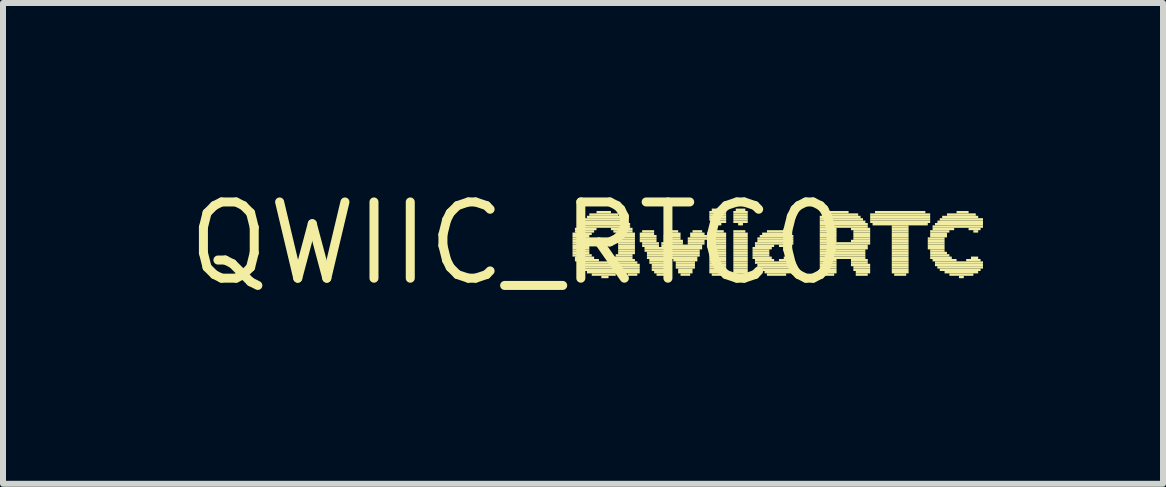
<source format=kicad_pcb>
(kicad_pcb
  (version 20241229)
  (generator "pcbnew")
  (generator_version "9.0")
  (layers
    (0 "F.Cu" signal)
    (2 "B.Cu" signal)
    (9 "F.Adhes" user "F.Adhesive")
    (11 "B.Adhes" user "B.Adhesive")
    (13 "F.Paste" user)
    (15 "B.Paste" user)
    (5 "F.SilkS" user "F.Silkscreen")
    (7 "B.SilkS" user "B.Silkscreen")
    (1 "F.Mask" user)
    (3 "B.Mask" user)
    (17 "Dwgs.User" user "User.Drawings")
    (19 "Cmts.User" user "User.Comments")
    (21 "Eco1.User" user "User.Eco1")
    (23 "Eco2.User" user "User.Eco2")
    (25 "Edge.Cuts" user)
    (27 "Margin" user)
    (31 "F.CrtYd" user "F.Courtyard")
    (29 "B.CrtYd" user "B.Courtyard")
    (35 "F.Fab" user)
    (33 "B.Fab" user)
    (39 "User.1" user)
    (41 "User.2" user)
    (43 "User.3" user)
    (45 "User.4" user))
  (footprint "QWIIC_RTC0"
    (layer "F.Cu")
    (at 5.571 1.006)
    (property "Reference" "QWIIC_RTC0" (at 0 0 0) (layer "F.SilkS") (effects (font (size 1.27 1.27) (thickness 0.15))))
    (fp_poly (pts (xy 0.92 -0.14) (xy 1.24 -0.14) (xy 1.24 -0.18) (xy 0.92 -0.18)) (stroke (width 0) (type default)) (fill yes) (layer "F.SilkS"))
    (fp_poly (pts (xy 0.92 -0.1) (xy 1.2 -0.1) (xy 1.2 -0.14) (xy 0.92 -0.14)) (stroke (width 0) (type default)) (fill yes) (layer "F.SilkS"))
    (fp_poly (pts (xy 0.92 -0.06) (xy 1.2 -0.06) (xy 1.2 -0.1) (xy 0.92 -0.1)) (stroke (width 0) (type default)) (fill yes) (layer "F.SilkS"))
    (fp_poly (pts (xy 0.92 -0.02) (xy 1.2 -0.02) (xy 1.2 -0.06) (xy 0.92 -0.06)) (stroke (width 0) (type default)) (fill yes) (layer "F.SilkS"))
    (fp_poly (pts (xy 0.92 0.02) (xy 1.2 0.02) (xy 1.2 -0.02) (xy 0.92 -0.02)) (stroke (width 0) (type default)) (fill yes) (layer "F.SilkS"))
    (fp_poly (pts (xy 0.92 0.06) (xy 1.2 0.06) (xy 1.2 0.02) (xy 0.92 0.02)) (stroke (width 0) (type default)) (fill yes) (layer "F.SilkS"))
    (fp_poly (pts (xy 0.92 0.1) (xy 1.2 0.1) (xy 1.2 0.06) (xy 0.92 0.06)) (stroke (width 0) (type default)) (fill yes) (layer "F.SilkS"))
    (fp_poly (pts (xy 0.92 0.14) (xy 1.2 0.14) (xy 1.2 0.1) (xy 0.92 0.1)) (stroke (width 0) (type default)) (fill yes) (layer "F.SilkS"))
    (fp_poly (pts (xy 0.92 0.18) (xy 1.2 0.18) (xy 1.2 0.14) (xy 0.92 0.14)) (stroke (width 0) (type default)) (fill yes) (layer "F.SilkS"))
    (fp_poly (pts (xy 0.92 0.22) (xy 1.24 0.22) (xy 1.24 0.18) (xy 0.92 0.18)) (stroke (width 0) (type default)) (fill yes) (layer "F.SilkS"))
    (fp_poly (pts (xy 0.96 -0.22) (xy 1.32 -0.22) (xy 1.32 -0.26) (xy 0.96 -0.26)) (stroke (width 0) (type default)) (fill yes) (layer "F.SilkS"))
    (fp_poly (pts (xy 0.96 -0.18) (xy 1.28 -0.18) (xy 1.28 -0.22) (xy 0.96 -0.22)) (stroke (width 0) (type default)) (fill yes) (layer "F.SilkS"))
    (fp_poly (pts (xy 0.96 0.26) (xy 1.28 0.26) (xy 1.28 0.22) (xy 0.96 0.22)) (stroke (width 0) (type default)) (fill yes) (layer "F.SilkS"))
    (fp_poly (pts (xy 0.96 0.3) (xy 1.36 0.3) (xy 1.36 0.26) (xy 0.96 0.26)) (stroke (width 0) (type default)) (fill yes) (layer "F.SilkS"))
    (fp_poly (pts (xy 1 -0.3) (xy 1.88 -0.3) (xy 1.88 -0.34) (xy 1 -0.34)) (stroke (width 0) (type default)) (fill yes) (layer "F.SilkS"))
    (fp_poly (pts (xy 1 -0.26) (xy 1.88 -0.26) (xy 1.88 -0.3) (xy 1 -0.3)) (stroke (width 0) (type default)) (fill yes) (layer "F.SilkS"))
    (fp_poly (pts (xy 1 0.34) (xy 2 0.34) (xy 2 0.3) (xy 1 0.3)) (stroke (width 0) (type default)) (fill yes) (layer "F.SilkS"))
    (fp_poly (pts (xy 1.04 -0.34) (xy 1.84 -0.34) (xy 1.84 -0.38) (xy 1.04 -0.38)) (stroke (width 0) (type default)) (fill yes) (layer "F.SilkS"))
    (fp_poly (pts (xy 1.04 0.38) (xy 2.04 0.38) (xy 2.04 0.34) (xy 1.04 0.34)) (stroke (width 0) (type default)) (fill yes) (layer "F.SilkS"))
    (fp_poly (pts (xy 1.08 -0.38) (xy 1.8 -0.38) (xy 1.8 -0.42) (xy 1.08 -0.42)) (stroke (width 0) (type default)) (fill yes) (layer "F.SilkS"))
    (fp_poly (pts (xy 1.08 0.42) (xy 2.04 0.42) (xy 2.04 0.38) (xy 1.08 0.38)) (stroke (width 0) (type default)) (fill yes) (layer "F.SilkS"))
    (fp_poly (pts (xy 1.12 0.46) (xy 2.04 0.46) (xy 2.04 0.42) (xy 1.12 0.42)) (stroke (width 0) (type default)) (fill yes) (layer "F.SilkS"))
    (fp_poly (pts (xy 1.16 -0.42) (xy 1.72 -0.42) (xy 1.72 -0.46) (xy 1.16 -0.46)) (stroke (width 0) (type default)) (fill yes) (layer "F.SilkS"))
    (fp_poly (pts (xy 1.16 0.5) (xy 1.72 0.5) (xy 1.72 0.46) (xy 1.16 0.46)) (stroke (width 0) (type default)) (fill yes) (layer "F.SilkS"))
    (fp_poly (pts (xy 1.2 -0.46) (xy 1.68 -0.46) (xy 1.68 -0.5) (xy 1.2 -0.5)) (stroke (width 0) (type default)) (fill yes) (layer "F.SilkS"))
    (fp_poly (pts (xy 1.24 0.54) (xy 1.64 0.54) (xy 1.64 0.5) (xy 1.24 0.5)) (stroke (width 0) (type default)) (fill yes) (layer "F.SilkS"))
    (fp_poly (pts (xy 1.32 -0.5) (xy 1.56 -0.5) (xy 1.56 -0.54) (xy 1.32 -0.54)) (stroke (width 0) (type default)) (fill yes) (layer "F.SilkS"))
    (fp_poly (pts (xy 1.4 0.58) (xy 1.52 0.58) (xy 1.52 0.54) (xy 1.4 0.54)) (stroke (width 0) (type default)) (fill yes) (layer "F.SilkS"))
    (fp_poly (pts (xy 1.52 0.3) (xy 1.96 0.3) (xy 1.96 0.26) (xy 1.52 0.26)) (stroke (width 0) (type default)) (fill yes) (layer "F.SilkS"))
    (fp_poly (pts (xy 1.56 -0.22) (xy 1.92 -0.22) (xy 1.92 -0.26) (xy 1.56 -0.26)) (stroke (width 0) (type default)) (fill yes) (layer "F.SilkS"))
    (fp_poly (pts (xy 1.6 -0.18) (xy 1.92 -0.18) (xy 1.92 -0.22) (xy 1.6 -0.22)) (stroke (width 0) (type default)) (fill yes) (layer "F.SilkS"))
    (fp_poly (pts (xy 1.6 0.26) (xy 1.92 0.26) (xy 1.92 0.22) (xy 1.6 0.22)) (stroke (width 0) (type default)) (fill yes) (layer "F.SilkS"))
    (fp_poly (pts (xy 1.64 -0.14) (xy 1.96 -0.14) (xy 1.96 -0.18) (xy 1.64 -0.18)) (stroke (width 0) (type default)) (fill yes) (layer "F.SilkS"))
    (fp_poly (pts (xy 1.64 0.22) (xy 1.92 0.22) (xy 1.92 0.18) (xy 1.64 0.18)) (stroke (width 0) (type default)) (fill yes) (layer "F.SilkS"))
    (fp_poly (pts (xy 1.68 -0.1) (xy 1.96 -0.1) (xy 1.96 -0.14) (xy 1.68 -0.14)) (stroke (width 0) (type default)) (fill yes) (layer "F.SilkS"))
    (fp_poly (pts (xy 1.68 -0.06) (xy 1.96 -0.06) (xy 1.96 -0.1) (xy 1.68 -0.1)) (stroke (width 0) (type default)) (fill yes) (layer "F.SilkS"))
    (fp_poly (pts (xy 1.68 -0.02) (xy 1.96 -0.02) (xy 1.96 -0.06) (xy 1.68 -0.06)) (stroke (width 0) (type default)) (fill yes) (layer "F.SilkS"))
    (fp_poly (pts (xy 1.68 0.02) (xy 1.96 0.02) (xy 1.96 -0.02) (xy 1.68 -0.02)) (stroke (width 0) (type default)) (fill yes) (layer "F.SilkS"))
    (fp_poly (pts (xy 1.68 0.06) (xy 1.96 0.06) (xy 1.96 0.02) (xy 1.68 0.02)) (stroke (width 0) (type default)) (fill yes) (layer "F.SilkS"))
    (fp_poly (pts (xy 1.68 0.1) (xy 1.96 0.1) (xy 1.96 0.06) (xy 1.68 0.06)) (stroke (width 0) (type default)) (fill yes) (layer "F.SilkS"))
    (fp_poly (pts (xy 1.68 0.14) (xy 1.96 0.14) (xy 1.96 0.1) (xy 1.68 0.1)) (stroke (width 0) (type default)) (fill yes) (layer "F.SilkS"))
    (fp_poly (pts (xy 1.68 0.18) (xy 1.96 0.18) (xy 1.96 0.14) (xy 1.68 0.14)) (stroke (width 0) (type default)) (fill yes) (layer "F.SilkS"))
    (fp_poly (pts (xy 1.76 0.5) (xy 2.04 0.5) (xy 2.04 0.46) (xy 1.76 0.46)) (stroke (width 0) (type default)) (fill yes) (layer "F.SilkS"))
    (fp_poly (pts (xy 1.84 0.54) (xy 2 0.54) (xy 2 0.5) (xy 1.84 0.5)) (stroke (width 0) (type default)) (fill yes) (layer "F.SilkS"))
    (fp_poly (pts (xy 2.04 -0.14) (xy 2.28 -0.14) (xy 2.28 -0.18) (xy 2.04 -0.18)) (stroke (width 0) (type default)) (fill yes) (layer "F.SilkS"))
    (fp_poly (pts (xy 2.04 -0.1) (xy 2.32 -0.1) (xy 2.32 -0.14) (xy 2.04 -0.14)) (stroke (width 0) (type default)) (fill yes) (layer "F.SilkS"))
    (fp_poly (pts (xy 2.04 -0.06) (xy 2.32 -0.06) (xy 2.32 -0.1) (xy 2.04 -0.1)) (stroke (width 0) (type default)) (fill yes) (layer "F.SilkS"))
    (fp_poly (pts (xy 2.04 -0.02) (xy 2.32 -0.02) (xy 2.32 -0.06) (xy 2.04 -0.06)) (stroke (width 0) (type default)) (fill yes) (layer "F.SilkS"))
    (fp_poly (pts (xy 2.08 -0.18) (xy 2.28 -0.18) (xy 2.28 -0.22) (xy 2.08 -0.22)) (stroke (width 0) (type default)) (fill yes) (layer "F.SilkS"))
    (fp_poly (pts (xy 2.08 0.02) (xy 2.36 0.02) (xy 2.36 -0.02) (xy 2.08 -0.02)) (stroke (width 0) (type default)) (fill yes) (layer "F.SilkS"))
    (fp_poly (pts (xy 2.08 0.06) (xy 2.36 0.06) (xy 2.36 0.02) (xy 2.08 0.02)) (stroke (width 0) (type default)) (fill yes) (layer "F.SilkS"))
    (fp_poly (pts (xy 2.12 0.1) (xy 3.08 0.1) (xy 3.08 0.06) (xy 2.12 0.06)) (stroke (width 0) (type default)) (fill yes) (layer "F.SilkS"))
    (fp_poly (pts (xy 2.12 0.14) (xy 3.04 0.14) (xy 3.04 0.1) (xy 2.12 0.1)) (stroke (width 0) (type default)) (fill yes) (layer "F.SilkS"))
    (fp_poly (pts (xy 2.16 0.18) (xy 3.04 0.18) (xy 3.04 0.14) (xy 2.16 0.14)) (stroke (width 0) (type default)) (fill yes) (layer "F.SilkS"))
    (fp_poly (pts (xy 2.16 0.22) (xy 3.04 0.22) (xy 3.04 0.18) (xy 2.16 0.18)) (stroke (width 0) (type default)) (fill yes) (layer "F.SilkS"))
    (fp_poly (pts (xy 2.16 0.26) (xy 3 0.26) (xy 3 0.22) (xy 2.16 0.22)) (stroke (width 0) (type default)) (fill yes) (layer "F.SilkS"))
    (fp_poly (pts (xy 2.2 0.3) (xy 2.56 0.3) (xy 2.56 0.26) (xy 2.2 0.26)) (stroke (width 0) (type default)) (fill yes) (layer "F.SilkS"))
    (fp_poly (pts (xy 2.2 0.34) (xy 2.56 0.34) (xy 2.56 0.3) (xy 2.2 0.3)) (stroke (width 0) (type default)) (fill yes) (layer "F.SilkS"))
    (fp_poly (pts (xy 2.24 0.38) (xy 2.56 0.38) (xy 2.56 0.34) (xy 2.24 0.34)) (stroke (width 0) (type default)) (fill yes) (layer "F.SilkS"))
    (fp_poly (pts (xy 2.24 0.42) (xy 2.52 0.42) (xy 2.52 0.38) (xy 2.24 0.38)) (stroke (width 0) (type default)) (fill yes) (layer "F.SilkS"))
    (fp_poly (pts (xy 2.24 0.46) (xy 2.52 0.46) (xy 2.52 0.42) (xy 2.24 0.42)) (stroke (width 0) (type default)) (fill yes) (layer "F.SilkS"))
    (fp_poly (pts (xy 2.28 0.5) (xy 2.48 0.5) (xy 2.48 0.46) (xy 2.28 0.46)) (stroke (width 0) (type default)) (fill yes) (layer "F.SilkS"))
    (fp_poly (pts (xy 2.32 0.54) (xy 2.48 0.54) (xy 2.48 0.5) (xy 2.32 0.5)) (stroke (width 0) (type default)) (fill yes) (layer "F.SilkS"))
    (fp_poly (pts (xy 2.4 0.02) (xy 2.76 0.02) (xy 2.76 -0.02) (xy 2.4 -0.02)) (stroke (width 0) (type default)) (fill yes) (layer "F.SilkS"))
    (fp_poly (pts (xy 2.4 0.06) (xy 3.08 0.06) (xy 3.08 0.02) (xy 2.4 0.02)) (stroke (width 0) (type default)) (fill yes) (layer "F.SilkS"))
    (fp_poly (pts (xy 2.44 -0.1) (xy 2.72 -0.1) (xy 2.72 -0.14) (xy 2.44 -0.14)) (stroke (width 0) (type default)) (fill yes) (layer "F.SilkS"))
    (fp_poly (pts (xy 2.44 -0.06) (xy 2.72 -0.06) (xy 2.72 -0.1) (xy 2.44 -0.1)) (stroke (width 0) (type default)) (fill yes) (layer "F.SilkS"))
    (fp_poly (pts (xy 2.44 -0.02) (xy 2.76 -0.02) (xy 2.76 -0.06) (xy 2.44 -0.06)) (stroke (width 0) (type default)) (fill yes) (layer "F.SilkS"))
    (fp_poly (pts (xy 2.48 -0.14) (xy 2.72 -0.14) (xy 2.72 -0.18) (xy 2.48 -0.18)) (stroke (width 0) (type default)) (fill yes) (layer "F.SilkS"))
    (fp_poly (pts (xy 2.52 -0.18) (xy 2.68 -0.18) (xy 2.68 -0.22) (xy 2.52 -0.22)) (stroke (width 0) (type default)) (fill yes) (layer "F.SilkS"))
    (fp_poly (pts (xy 2.6 0.3) (xy 3 0.3) (xy 3 0.26) (xy 2.6 0.26)) (stroke (width 0) (type default)) (fill yes) (layer "F.SilkS"))
    (fp_poly (pts (xy 2.64 0.34) (xy 2.96 0.34) (xy 2.96 0.3) (xy 2.64 0.3)) (stroke (width 0) (type default)) (fill yes) (layer "F.SilkS"))
    (fp_poly (pts (xy 2.64 0.38) (xy 2.96 0.38) (xy 2.96 0.34) (xy 2.64 0.34)) (stroke (width 0) (type default)) (fill yes) (layer "F.SilkS"))
    (fp_poly (pts (xy 2.64 0.42) (xy 2.96 0.42) (xy 2.96 0.38) (xy 2.64 0.38)) (stroke (width 0) (type default)) (fill yes) (layer "F.SilkS"))
    (fp_poly (pts (xy 2.68 0.46) (xy 2.92 0.46) (xy 2.92 0.42) (xy 2.68 0.42)) (stroke (width 0) (type default)) (fill yes) (layer "F.SilkS"))
    (fp_poly (pts (xy 2.68 0.5) (xy 2.92 0.5) (xy 2.92 0.46) (xy 2.68 0.46)) (stroke (width 0) (type default)) (fill yes) (layer "F.SilkS"))
    (fp_poly (pts (xy 2.72 0.54) (xy 2.88 0.54) (xy 2.88 0.5) (xy 2.72 0.5)) (stroke (width 0) (type default)) (fill yes) (layer "F.SilkS"))
    (fp_poly (pts (xy 2.84 -0.06) (xy 3.16 -0.06) (xy 3.16 -0.1) (xy 2.84 -0.1)) (stroke (width 0) (type default)) (fill yes) (layer "F.SilkS"))
    (fp_poly (pts (xy 2.84 -0.02) (xy 3.12 -0.02) (xy 3.12 -0.06) (xy 2.84 -0.06)) (stroke (width 0) (type default)) (fill yes) (layer "F.SilkS"))
    (fp_poly (pts (xy 2.84 0.02) (xy 3.12 0.02) (xy 3.12 -0.02) (xy 2.84 -0.02)) (stroke (width 0) (type default)) (fill yes) (layer "F.SilkS"))
    (fp_poly (pts (xy 2.88 -0.14) (xy 3.12 -0.14) (xy 3.12 -0.18) (xy 2.88 -0.18)) (stroke (width 0) (type default)) (fill yes) (layer "F.SilkS"))
    (fp_poly (pts (xy 2.88 -0.1) (xy 3.16 -0.1) (xy 3.16 -0.14) (xy 2.88 -0.14)) (stroke (width 0) (type default)) (fill yes) (layer "F.SilkS"))
    (fp_poly (pts (xy 2.92 -0.18) (xy 3.08 -0.18) (xy 3.08 -0.22) (xy 2.92 -0.22)) (stroke (width 0) (type default)) (fill yes) (layer "F.SilkS"))
    (fp_poly (pts (xy 3.2 -0.5) (xy 3.48 -0.5) (xy 3.48 -0.54) (xy 3.2 -0.54)) (stroke (width 0) (type default)) (fill yes) (layer "F.SilkS"))
    (fp_poly (pts (xy 3.2 -0.46) (xy 3.48 -0.46) (xy 3.48 -0.5) (xy 3.2 -0.5)) (stroke (width 0) (type default)) (fill yes) (layer "F.SilkS"))
    (fp_poly (pts (xy 3.2 -0.42) (xy 3.48 -0.42) (xy 3.48 -0.46) (xy 3.2 -0.46)) (stroke (width 0) (type default)) (fill yes) (layer "F.SilkS"))
    (fp_poly (pts (xy 3.2 -0.38) (xy 3.48 -0.38) (xy 3.48 -0.42) (xy 3.2 -0.42)) (stroke (width 0) (type default)) (fill yes) (layer "F.SilkS"))
    (fp_poly (pts (xy 3.2 -0.14) (xy 3.48 -0.14) (xy 3.48 -0.18) (xy 3.2 -0.18)) (stroke (width 0) (type default)) (fill yes) (layer "F.SilkS"))
    (fp_poly (pts (xy 3.2 -0.1) (xy 3.48 -0.1) (xy 3.48 -0.14) (xy 3.2 -0.14)) (stroke (width 0) (type default)) (fill yes) (layer "F.SilkS"))
    (fp_poly (pts (xy 3.2 -0.06) (xy 3.48 -0.06) (xy 3.48 -0.1) (xy 3.2 -0.1)) (stroke (width 0) (type default)) (fill yes) (layer "F.SilkS"))
    (fp_poly (pts (xy 3.2 -0.02) (xy 3.48 -0.02) (xy 3.48 -0.06) (xy 3.2 -0.06)) (stroke (width 0) (type default)) (fill yes) (layer "F.SilkS"))
    (fp_poly (pts (xy 3.2 0.02) (xy 3.48 0.02) (xy 3.48 -0.02) (xy 3.2 -0.02)) (stroke (width 0) (type default)) (fill yes) (layer "F.SilkS"))
    (fp_poly (pts (xy 3.2 0.06) (xy 3.48 0.06) (xy 3.48 0.02) (xy 3.2 0.02)) (stroke (width 0) (type default)) (fill yes) (layer "F.SilkS"))
    (fp_poly (pts (xy 3.2 0.1) (xy 3.48 0.1) (xy 3.48 0.06) (xy 3.2 0.06)) (stroke (width 0) (type default)) (fill yes) (layer "F.SilkS"))
    (fp_poly (pts (xy 3.2 0.14) (xy 3.48 0.14) (xy 3.48 0.1) (xy 3.2 0.1)) (stroke (width 0) (type default)) (fill yes) (layer "F.SilkS"))
    (fp_poly (pts (xy 3.2 0.18) (xy 3.48 0.18) (xy 3.48 0.14) (xy 3.2 0.14)) (stroke (width 0) (type default)) (fill yes) (layer "F.SilkS"))
    (fp_poly (pts (xy 3.2 0.22) (xy 3.48 0.22) (xy 3.48 0.18) (xy 3.2 0.18)) (stroke (width 0) (type default)) (fill yes) (layer "F.SilkS"))
    (fp_poly (pts (xy 3.2 0.26) (xy 3.48 0.26) (xy 3.48 0.22) (xy 3.2 0.22)) (stroke (width 0) (type default)) (fill yes) (layer "F.SilkS"))
    (fp_poly (pts (xy 3.2 0.3) (xy 3.48 0.3) (xy 3.48 0.26) (xy 3.2 0.26)) (stroke (width 0) (type default)) (fill yes) (layer "F.SilkS"))
    (fp_poly (pts (xy 3.2 0.34) (xy 3.48 0.34) (xy 3.48 0.3) (xy 3.2 0.3)) (stroke (width 0) (type default)) (fill yes) (layer "F.SilkS"))
    (fp_poly (pts (xy 3.2 0.38) (xy 3.48 0.38) (xy 3.48 0.34) (xy 3.2 0.34)) (stroke (width 0) (type default)) (fill yes) (layer "F.SilkS"))
    (fp_poly (pts (xy 3.2 0.42) (xy 3.48 0.42) (xy 3.48 0.38) (xy 3.2 0.38)) (stroke (width 0) (type default)) (fill yes) (layer "F.SilkS"))
    (fp_poly (pts (xy 3.2 0.46) (xy 3.48 0.46) (xy 3.48 0.42) (xy 3.2 0.42)) (stroke (width 0) (type default)) (fill yes) (layer "F.SilkS"))
    (fp_poly (pts (xy 3.2 0.5) (xy 3.48 0.5) (xy 3.48 0.46) (xy 3.2 0.46)) (stroke (width 0) (type default)) (fill yes) (layer "F.SilkS"))
    (fp_poly (pts (xy 3.24 -0.54) (xy 3.44 -0.54) (xy 3.44 -0.58) (xy 3.24 -0.58)) (stroke (width 0) (type default)) (fill yes) (layer "F.SilkS"))
    (fp_poly (pts (xy 3.24 -0.34) (xy 3.48 -0.34) (xy 3.48 -0.38) (xy 3.24 -0.38)) (stroke (width 0) (type default)) (fill yes) (layer "F.SilkS"))
    (fp_poly (pts (xy 3.24 -0.18) (xy 3.44 -0.18) (xy 3.44 -0.22) (xy 3.24 -0.22)) (stroke (width 0) (type default)) (fill yes) (layer "F.SilkS"))
    (fp_poly (pts (xy 3.24 0.54) (xy 3.44 0.54) (xy 3.44 0.5) (xy 3.24 0.5)) (stroke (width 0) (type default)) (fill yes) (layer "F.SilkS"))
    (fp_poly (pts (xy 3.28 -0.3) (xy 3.4 -0.3) (xy 3.4 -0.34) (xy 3.28 -0.34)) (stroke (width 0) (type default)) (fill yes) (layer "F.SilkS"))
    (fp_poly (pts (xy 3.6 -0.5) (xy 3.84 -0.5) (xy 3.84 -0.54) (xy 3.6 -0.54)) (stroke (width 0) (type default)) (fill yes) (layer "F.SilkS"))
    (fp_poly (pts (xy 3.6 -0.46) (xy 3.84 -0.46) (xy 3.84 -0.5) (xy 3.6 -0.5)) (stroke (width 0) (type default)) (fill yes) (layer "F.SilkS"))
    (fp_poly (pts (xy 3.6 -0.42) (xy 3.84 -0.42) (xy 3.84 -0.46) (xy 3.6 -0.46)) (stroke (width 0) (type default)) (fill yes) (layer "F.SilkS"))
    (fp_poly (pts (xy 3.6 -0.38) (xy 3.84 -0.38) (xy 3.84 -0.42) (xy 3.6 -0.42)) (stroke (width 0) (type default)) (fill yes) (layer "F.SilkS"))
    (fp_poly (pts (xy 3.6 -0.34) (xy 3.84 -0.34) (xy 3.84 -0.38) (xy 3.6 -0.38)) (stroke (width 0) (type default)) (fill yes) (layer "F.SilkS"))
    (fp_poly (pts (xy 3.6 -0.18) (xy 3.8 -0.18) (xy 3.8 -0.22) (xy 3.6 -0.22)) (stroke (width 0) (type default)) (fill yes) (layer "F.SilkS"))
    (fp_poly (pts (xy 3.6 -0.14) (xy 3.84 -0.14) (xy 3.84 -0.18) (xy 3.6 -0.18)) (stroke (width 0) (type default)) (fill yes) (layer "F.SilkS"))
    (fp_poly (pts (xy 3.6 -0.1) (xy 3.84 -0.1) (xy 3.84 -0.14) (xy 3.6 -0.14)) (stroke (width 0) (type default)) (fill yes) (layer "F.SilkS"))
    (fp_poly (pts (xy 3.6 -0.06) (xy 3.84 -0.06) (xy 3.84 -0.1) (xy 3.6 -0.1)) (stroke (width 0) (type default)) (fill yes) (layer "F.SilkS"))
    (fp_poly (pts (xy 3.6 -0.02) (xy 3.84 -0.02) (xy 3.84 -0.06) (xy 3.6 -0.06)) (stroke (width 0) (type default)) (fill yes) (layer "F.SilkS"))
    (fp_poly (pts (xy 3.6 0.02) (xy 3.84 0.02) (xy 3.84 -0.02) (xy 3.6 -0.02)) (stroke (width 0) (type default)) (fill yes) (layer "F.SilkS"))
    (fp_poly (pts (xy 3.6 0.06) (xy 3.84 0.06) (xy 3.84 0.02) (xy 3.6 0.02)) (stroke (width 0) (type default)) (fill yes) (layer "F.SilkS"))
    (fp_poly (pts (xy 3.6 0.1) (xy 3.84 0.1) (xy 3.84 0.06) (xy 3.6 0.06)) (stroke (width 0) (type default)) (fill yes) (layer "F.SilkS"))
    (fp_poly (pts (xy 3.6 0.14) (xy 3.84 0.14) (xy 3.84 0.1) (xy 3.6 0.1)) (stroke (width 0) (type default)) (fill yes) (layer "F.SilkS"))
    (fp_poly (pts (xy 3.6 0.18) (xy 3.84 0.18) (xy 3.84 0.14) (xy 3.6 0.14)) (stroke (width 0) (type default)) (fill yes) (layer "F.SilkS"))
    (fp_poly (pts (xy 3.6 0.22) (xy 3.84 0.22) (xy 3.84 0.18) (xy 3.6 0.18)) (stroke (width 0) (type default)) (fill yes) (layer "F.SilkS"))
    (fp_poly (pts (xy 3.6 0.26) (xy 3.84 0.26) (xy 3.84 0.22) (xy 3.6 0.22)) (stroke (width 0) (type default)) (fill yes) (layer "F.SilkS"))
    (fp_poly (pts (xy 3.6 0.3) (xy 3.84 0.3) (xy 3.84 0.26) (xy 3.6 0.26)) (stroke (width 0) (type default)) (fill yes) (layer "F.SilkS"))
    (fp_poly (pts (xy 3.6 0.34) (xy 3.84 0.34) (xy 3.84 0.3) (xy 3.6 0.3)) (stroke (width 0) (type default)) (fill yes) (layer "F.SilkS"))
    (fp_poly (pts (xy 3.6 0.38) (xy 3.84 0.38) (xy 3.84 0.34) (xy 3.6 0.34)) (stroke (width 0) (type default)) (fill yes) (layer "F.SilkS"))
    (fp_poly (pts (xy 3.6 0.42) (xy 3.84 0.42) (xy 3.84 0.38) (xy 3.6 0.38)) (stroke (width 0) (type default)) (fill yes) (layer "F.SilkS"))
    (fp_poly (pts (xy 3.6 0.46) (xy 3.84 0.46) (xy 3.84 0.42) (xy 3.6 0.42)) (stroke (width 0) (type default)) (fill yes) (layer "F.SilkS"))
    (fp_poly (pts (xy 3.6 0.5) (xy 3.84 0.5) (xy 3.84 0.46) (xy 3.6 0.46)) (stroke (width 0) (type default)) (fill yes) (layer "F.SilkS"))
    (fp_poly (pts (xy 3.6 0.54) (xy 3.8 0.54) (xy 3.8 0.5) (xy 3.6 0.5)) (stroke (width 0) (type default)) (fill yes) (layer "F.SilkS"))
    (fp_poly (pts (xy 3.64 -0.54) (xy 3.8 -0.54) (xy 3.8 -0.58) (xy 3.64 -0.58)) (stroke (width 0) (type default)) (fill yes) (layer "F.SilkS"))
    (fp_poly (pts (xy 3.68 -0.3) (xy 3.76 -0.3) (xy 3.76 -0.34) (xy 3.68 -0.34)) (stroke (width 0) (type default)) (fill yes) (layer "F.SilkS"))
    (fp_poly (pts (xy 3.92 0.1) (xy 4.24 0.1) (xy 4.24 0.06) (xy 3.92 0.06)) (stroke (width 0) (type default)) (fill yes) (layer "F.SilkS"))
    (fp_poly (pts (xy 3.92 0.14) (xy 4.2 0.14) (xy 4.2 0.1) (xy 3.92 0.1)) (stroke (width 0) (type default)) (fill yes) (layer "F.SilkS"))
    (fp_poly (pts (xy 3.92 0.18) (xy 4.2 0.18) (xy 4.2 0.14) (xy 3.92 0.14)) (stroke (width 0) (type default)) (fill yes) (layer "F.SilkS"))
    (fp_poly (pts (xy 3.92 0.22) (xy 4.2 0.22) (xy 4.2 0.18) (xy 3.92 0.18)) (stroke (width 0) (type default)) (fill yes) (layer "F.SilkS"))
    (fp_poly (pts (xy 3.92 0.26) (xy 4.24 0.26) (xy 4.24 0.22) (xy 3.92 0.22)) (stroke (width 0) (type default)) (fill yes) (layer "F.SilkS"))
    (fp_poly (pts (xy 3.96 0.02) (xy 4.6 0.02) (xy 4.6 -0.02) (xy 3.96 -0.02)) (stroke (width 0) (type default)) (fill yes) (layer "F.SilkS"))
    (fp_poly (pts (xy 3.96 0.06) (xy 4.28 0.06) (xy 4.28 0.02) (xy 3.96 0.02)) (stroke (width 0) (type default)) (fill yes) (layer "F.SilkS"))
    (fp_poly (pts (xy 3.96 0.3) (xy 4.28 0.3) (xy 4.28 0.26) (xy 3.96 0.26)) (stroke (width 0) (type default)) (fill yes) (layer "F.SilkS"))
    (fp_poly (pts (xy 3.96 0.34) (xy 4.6 0.34) (xy 4.6 0.3) (xy 3.96 0.3)) (stroke (width 0) (type default)) (fill yes) (layer "F.SilkS"))
    (fp_poly (pts (xy 4 -0.06) (xy 4.6 -0.06) (xy 4.6 -0.1) (xy 4 -0.1)) (stroke (width 0) (type default)) (fill yes) (layer "F.SilkS"))
    (fp_poly (pts (xy 4 -0.02) (xy 4.6 -0.02) (xy 4.6 -0.06) (xy 4 -0.06)) (stroke (width 0) (type default)) (fill yes) (layer "F.SilkS"))
    (fp_poly (pts (xy 4 0.38) (xy 4.6 0.38) (xy 4.6 0.34) (xy 4 0.34)) (stroke (width 0) (type default)) (fill yes) (layer "F.SilkS"))
    (fp_poly (pts (xy 4 0.42) (xy 4.6 0.42) (xy 4.6 0.38) (xy 4 0.38)) (stroke (width 0) (type default)) (fill yes) (layer "F.SilkS"))
    (fp_poly (pts (xy 4.04 -0.1) (xy 4.6 -0.1) (xy 4.6 -0.14) (xy 4.04 -0.14)) (stroke (width 0) (type default)) (fill yes) (layer "F.SilkS"))
    (fp_poly (pts (xy 4.04 0.46) (xy 4.6 0.46) (xy 4.6 0.42) (xy 4.04 0.42)) (stroke (width 0) (type default)) (fill yes) (layer "F.SilkS"))
    (fp_poly (pts (xy 4.08 -0.14) (xy 4.56 -0.14) (xy 4.56 -0.18) (xy 4.08 -0.18)) (stroke (width 0) (type default)) (fill yes) (layer "F.SilkS"))
    (fp_poly (pts (xy 4.12 0.5) (xy 4.56 0.5) (xy 4.56 0.46) (xy 4.12 0.46)) (stroke (width 0) (type default)) (fill yes) (layer "F.SilkS"))
    (fp_poly (pts (xy 4.16 -0.18) (xy 4.48 -0.18) (xy 4.48 -0.22) (xy 4.16 -0.22)) (stroke (width 0) (type default)) (fill yes) (layer "F.SilkS"))
    (fp_poly (pts (xy 4.16 0.54) (xy 4.48 0.54) (xy 4.48 0.5) (xy 4.16 0.5)) (stroke (width 0) (type default)) (fill yes) (layer "F.SilkS"))
    (fp_poly (pts (xy 4.36 0.06) (xy 4.56 0.06) (xy 4.56 0.02) (xy 4.36 0.02)) (stroke (width 0) (type default)) (fill yes) (layer "F.SilkS"))
    (fp_poly (pts (xy 4.36 0.3) (xy 4.56 0.3) (xy 4.56 0.26) (xy 4.36 0.26)) (stroke (width 0) (type default)) (fill yes) (layer "F.SilkS"))
    (fp_poly (pts (xy 4.44 0.1) (xy 4.52 0.1) (xy 4.52 0.06) (xy 4.44 0.06)) (stroke (width 0) (type default)) (fill yes) (layer "F.SilkS"))
    (fp_poly (pts (xy 4.44 0.26) (xy 4.52 0.26) (xy 4.52 0.22) (xy 4.44 0.22)) (stroke (width 0) (type default)) (fill yes) (layer "F.SilkS"))
    (fp_poly (pts (xy 5.04 -0.42) (xy 5.72 -0.42) (xy 5.72 -0.46) (xy 5.04 -0.46)) (stroke (width 0) (type default)) (fill yes) (layer "F.SilkS"))
    (fp_poly (pts (xy 5.04 -0.38) (xy 5.76 -0.38) (xy 5.76 -0.42) (xy 5.04 -0.42)) (stroke (width 0) (type default)) (fill yes) (layer "F.SilkS"))
    (fp_poly (pts (xy 5.04 -0.34) (xy 5.8 -0.34) (xy 5.8 -0.38) (xy 5.04 -0.38)) (stroke (width 0) (type default)) (fill yes) (layer "F.SilkS"))
    (fp_poly (pts (xy 5.04 -0.3) (xy 5.84 -0.3) (xy 5.84 -0.34) (xy 5.04 -0.34)) (stroke (width 0) (type default)) (fill yes) (layer "F.SilkS"))
    (fp_poly (pts (xy 5.04 -0.26) (xy 5.84 -0.26) (xy 5.84 -0.3) (xy 5.04 -0.3)) (stroke (width 0) (type default)) (fill yes) (layer "F.SilkS"))
    (fp_poly (pts (xy 5.04 -0.22) (xy 5.32 -0.22) (xy 5.32 -0.26) (xy 5.04 -0.26)) (stroke (width 0) (type default)) (fill yes) (layer "F.SilkS"))
    (fp_poly (pts (xy 5.04 -0.18) (xy 5.32 -0.18) (xy 5.32 -0.22) (xy 5.04 -0.22)) (stroke (width 0) (type default)) (fill yes) (layer "F.SilkS"))
    (fp_poly (pts (xy 5.04 -0.14) (xy 5.32 -0.14) (xy 5.32 -0.18) (xy 5.04 -0.18)) (stroke (width 0) (type default)) (fill yes) (layer "F.SilkS"))
    (fp_poly (pts (xy 5.04 -0.1) (xy 5.32 -0.1) (xy 5.32 -0.14) (xy 5.04 -0.14)) (stroke (width 0) (type default)) (fill yes) (layer "F.SilkS"))
    (fp_poly (pts (xy 5.04 -0.06) (xy 5.32 -0.06) (xy 5.32 -0.1) (xy 5.04 -0.1)) (stroke (width 0) (type default)) (fill yes) (layer "F.SilkS"))
    (fp_poly (pts (xy 5.04 -0.02) (xy 5.32 -0.02) (xy 5.32 -0.06) (xy 5.04 -0.06)) (stroke (width 0) (type default)) (fill yes) (layer "F.SilkS"))
    (fp_poly (pts (xy 5.04 0.02) (xy 5.88 0.02) (xy 5.88 -0.02) (xy 5.04 -0.02)) (stroke (width 0) (type default)) (fill yes) (layer "F.SilkS"))
    (fp_poly (pts (xy 5.04 0.06) (xy 5.84 0.06) (xy 5.84 0.02) (xy 5.04 0.02)) (stroke (width 0) (type default)) (fill yes) (layer "F.SilkS"))
    (fp_poly (pts (xy 5.04 0.1) (xy 5.84 0.1) (xy 5.84 0.06) (xy 5.04 0.06)) (stroke (width 0) (type default)) (fill yes) (layer "F.SilkS"))
    (fp_poly (pts (xy 5.04 0.14) (xy 5.8 0.14) (xy 5.8 0.1) (xy 5.04 0.1)) (stroke (width 0) (type default)) (fill yes) (layer "F.SilkS"))
    (fp_poly (pts (xy 5.04 0.18) (xy 5.8 0.18) (xy 5.8 0.14) (xy 5.04 0.14)) (stroke (width 0) (type default)) (fill yes) (layer "F.SilkS"))
    (fp_poly (pts (xy 5.04 0.22) (xy 5.8 0.22) (xy 5.8 0.18) (xy 5.04 0.18)) (stroke (width 0) (type default)) (fill yes) (layer "F.SilkS"))
    (fp_poly (pts (xy 5.04 0.26) (xy 5.8 0.26) (xy 5.8 0.22) (xy 5.04 0.22)) (stroke (width 0) (type default)) (fill yes) (layer "F.SilkS"))
    (fp_poly (pts (xy 5.04 0.3) (xy 5.32 0.3) (xy 5.32 0.26) (xy 5.04 0.26)) (stroke (width 0) (type default)) (fill yes) (layer "F.SilkS"))
    (fp_poly (pts (xy 5.04 0.34) (xy 5.32 0.34) (xy 5.32 0.3) (xy 5.04 0.3)) (stroke (width 0) (type default)) (fill yes) (layer "F.SilkS"))
    (fp_poly (pts (xy 5.04 0.38) (xy 5.32 0.38) (xy 5.32 0.34) (xy 5.04 0.34)) (stroke (width 0) (type default)) (fill yes) (layer "F.SilkS"))
    (fp_poly (pts (xy 5.04 0.42) (xy 5.32 0.42) (xy 5.32 0.38) (xy 5.04 0.38)) (stroke (width 0) (type default)) (fill yes) (layer "F.SilkS"))
    (fp_poly (pts (xy 5.04 0.46) (xy 5.32 0.46) (xy 5.32 0.42) (xy 5.04 0.42)) (stroke (width 0) (type default)) (fill yes) (layer "F.SilkS"))
    (fp_poly (pts (xy 5.04 0.5) (xy 5.32 0.5) (xy 5.32 0.46) (xy 5.04 0.46)) (stroke (width 0) (type default)) (fill yes) (layer "F.SilkS"))
    (fp_poly (pts (xy 5.08 -0.46) (xy 5.68 -0.46) (xy 5.68 -0.5) (xy 5.08 -0.5)) (stroke (width 0) (type default)) (fill yes) (layer "F.SilkS"))
    (fp_poly (pts (xy 5.08 0.54) (xy 5.28 0.54) (xy 5.28 0.5) (xy 5.08 0.5)) (stroke (width 0) (type default)) (fill yes) (layer "F.SilkS"))
    (fp_poly (pts (xy 5.16 -0.5) (xy 5.52 -0.5) (xy 5.52 -0.54) (xy 5.16 -0.54)) (stroke (width 0) (type default)) (fill yes) (layer "F.SilkS"))
    (fp_poly (pts (xy 5.56 -0.22) (xy 5.88 -0.22) (xy 5.88 -0.26) (xy 5.56 -0.26)) (stroke (width 0) (type default)) (fill yes) (layer "F.SilkS"))
    (fp_poly (pts (xy 5.56 -0.02) (xy 5.88 -0.02) (xy 5.88 -0.06) (xy 5.56 -0.06)) (stroke (width 0) (type default)) (fill yes) (layer "F.SilkS"))
    (fp_poly (pts (xy 5.56 0.3) (xy 5.84 0.3) (xy 5.84 0.26) (xy 5.56 0.26)) (stroke (width 0) (type default)) (fill yes) (layer "F.SilkS"))
    (fp_poly (pts (xy 5.56 0.34) (xy 5.84 0.34) (xy 5.84 0.3) (xy 5.56 0.3)) (stroke (width 0) (type default)) (fill yes) (layer "F.SilkS"))
    (fp_poly (pts (xy 5.56 0.38) (xy 5.88 0.38) (xy 5.88 0.34) (xy 5.56 0.34)) (stroke (width 0) (type default)) (fill yes) (layer "F.SilkS"))
    (fp_poly (pts (xy 5.6 -0.18) (xy 5.88 -0.18) (xy 5.88 -0.22) (xy 5.6 -0.22)) (stroke (width 0) (type default)) (fill yes) (layer "F.SilkS"))
    (fp_poly (pts (xy 5.6 -0.14) (xy 5.88 -0.14) (xy 5.88 -0.18) (xy 5.6 -0.18)) (stroke (width 0) (type default)) (fill yes) (layer "F.SilkS"))
    (fp_poly (pts (xy 5.6 -0.1) (xy 5.88 -0.1) (xy 5.88 -0.14) (xy 5.6 -0.14)) (stroke (width 0) (type default)) (fill yes) (layer "F.SilkS"))
    (fp_poly (pts (xy 5.6 -0.06) (xy 5.88 -0.06) (xy 5.88 -0.1) (xy 5.6 -0.1)) (stroke (width 0) (type default)) (fill yes) (layer "F.SilkS"))
    (fp_poly (pts (xy 5.6 0.42) (xy 5.88 0.42) (xy 5.88 0.38) (xy 5.6 0.38)) (stroke (width 0) (type default)) (fill yes) (layer "F.SilkS"))
    (fp_poly (pts (xy 5.6 0.46) (xy 5.88 0.46) (xy 5.88 0.42) (xy 5.6 0.42)) (stroke (width 0) (type default)) (fill yes) (layer "F.SilkS"))
    (fp_poly (pts (xy 5.64 0.5) (xy 5.88 0.5) (xy 5.88 0.46) (xy 5.64 0.46)) (stroke (width 0) (type default)) (fill yes) (layer "F.SilkS"))
    (fp_poly (pts (xy 5.64 0.54) (xy 5.84 0.54) (xy 5.84 0.5) (xy 5.64 0.5)) (stroke (width 0) (type default)) (fill yes) (layer "F.SilkS"))
    (fp_poly (pts (xy 5.88 -0.46) (xy 6.88 -0.46) (xy 6.88 -0.5) (xy 5.88 -0.5)) (stroke (width 0) (type default)) (fill yes) (layer "F.SilkS"))
    (fp_poly (pts (xy 5.88 -0.42) (xy 6.88 -0.42) (xy 6.88 -0.46) (xy 5.88 -0.46)) (stroke (width 0) (type default)) (fill yes) (layer "F.SilkS"))
    (fp_poly (pts (xy 5.88 -0.38) (xy 6.88 -0.38) (xy 6.88 -0.42) (xy 5.88 -0.42)) (stroke (width 0) (type default)) (fill yes) (layer "F.SilkS"))
    (fp_poly (pts (xy 5.88 -0.34) (xy 6.88 -0.34) (xy 6.88 -0.38) (xy 5.88 -0.38)) (stroke (width 0) (type default)) (fill yes) (layer "F.SilkS"))
    (fp_poly (pts (xy 5.92 -0.3) (xy 6.84 -0.3) (xy 6.84 -0.34) (xy 5.92 -0.34)) (stroke (width 0) (type default)) (fill yes) (layer "F.SilkS"))
    (fp_poly (pts (xy 5.96 -0.5) (xy 6.8 -0.5) (xy 6.8 -0.54) (xy 5.96 -0.54)) (stroke (width 0) (type default)) (fill yes) (layer "F.SilkS"))
    (fp_poly (pts (xy 6.24 -0.26) (xy 6.52 -0.26) (xy 6.52 -0.3) (xy 6.24 -0.3)) (stroke (width 0) (type default)) (fill yes) (layer "F.SilkS"))
    (fp_poly (pts (xy 6.24 -0.22) (xy 6.52 -0.22) (xy 6.52 -0.26) (xy 6.24 -0.26)) (stroke (width 0) (type default)) (fill yes) (layer "F.SilkS"))
    (fp_poly (pts (xy 6.24 -0.18) (xy 6.52 -0.18) (xy 6.52 -0.22) (xy 6.24 -0.22)) (stroke (width 0) (type default)) (fill yes) (layer "F.SilkS"))
    (fp_poly (pts (xy 6.24 -0.14) (xy 6.52 -0.14) (xy 6.52 -0.18) (xy 6.24 -0.18)) (stroke (width 0) (type default)) (fill yes) (layer "F.SilkS"))
    (fp_poly (pts (xy 6.24 -0.1) (xy 6.52 -0.1) (xy 6.52 -0.14) (xy 6.24 -0.14)) (stroke (width 0) (type default)) (fill yes) (layer "F.SilkS"))
    (fp_poly (pts (xy 6.24 -0.06) (xy 6.52 -0.06) (xy 6.52 -0.1) (xy 6.24 -0.1)) (stroke (width 0) (type default)) (fill yes) (layer "F.SilkS"))
    (fp_poly (pts (xy 6.24 -0.02) (xy 6.52 -0.02) (xy 6.52 -0.06) (xy 6.24 -0.06)) (stroke (width 0) (type default)) (fill yes) (layer "F.SilkS"))
    (fp_poly (pts (xy 6.24 0.02) (xy 6.52 0.02) (xy 6.52 -0.02) (xy 6.24 -0.02)) (stroke (width 0) (type default)) (fill yes) (layer "F.SilkS"))
    (fp_poly (pts (xy 6.24 0.06) (xy 6.52 0.06) (xy 6.52 0.02) (xy 6.24 0.02)) (stroke (width 0) (type default)) (fill yes) (layer "F.SilkS"))
    (fp_poly (pts (xy 6.24 0.1) (xy 6.52 0.1) (xy 6.52 0.06) (xy 6.24 0.06)) (stroke (width 0) (type default)) (fill yes) (layer "F.SilkS"))
    (fp_poly (pts (xy 6.24 0.14) (xy 6.52 0.14) (xy 6.52 0.1) (xy 6.24 0.1)) (stroke (width 0) (type default)) (fill yes) (layer "F.SilkS"))
    (fp_poly (pts (xy 6.24 0.18) (xy 6.52 0.18) (xy 6.52 0.14) (xy 6.24 0.14)) (stroke (width 0) (type default)) (fill yes) (layer "F.SilkS"))
    (fp_poly (pts (xy 6.24 0.22) (xy 6.52 0.22) (xy 6.52 0.18) (xy 6.24 0.18)) (stroke (width 0) (type default)) (fill yes) (layer "F.SilkS"))
    (fp_poly (pts (xy 6.24 0.26) (xy 6.52 0.26) (xy 6.52 0.22) (xy 6.24 0.22)) (stroke (width 0) (type default)) (fill yes) (layer "F.SilkS"))
    (fp_poly (pts (xy 6.24 0.3) (xy 6.52 0.3) (xy 6.52 0.26) (xy 6.24 0.26)) (stroke (width 0) (type default)) (fill yes) (layer "F.SilkS"))
    (fp_poly (pts (xy 6.24 0.34) (xy 6.52 0.34) (xy 6.52 0.3) (xy 6.24 0.3)) (stroke (width 0) (type default)) (fill yes) (layer "F.SilkS"))
    (fp_poly (pts (xy 6.24 0.38) (xy 6.52 0.38) (xy 6.52 0.34) (xy 6.24 0.34)) (stroke (width 0) (type default)) (fill yes) (layer "F.SilkS"))
    (fp_poly (pts (xy 6.24 0.42) (xy 6.52 0.42) (xy 6.52 0.38) (xy 6.24 0.38)) (stroke (width 0) (type default)) (fill yes) (layer "F.SilkS"))
    (fp_poly (pts (xy 6.24 0.46) (xy 6.52 0.46) (xy 6.52 0.42) (xy 6.24 0.42)) (stroke (width 0) (type default)) (fill yes) (layer "F.SilkS"))
    (fp_poly (pts (xy 6.24 0.5) (xy 6.52 0.5) (xy 6.52 0.46) (xy 6.24 0.46)) (stroke (width 0) (type default)) (fill yes) (layer "F.SilkS"))
    (fp_poly (pts (xy 6.28 0.54) (xy 6.48 0.54) (xy 6.48 0.5) (xy 6.28 0.5)) (stroke (width 0) (type default)) (fill yes) (layer "F.SilkS"))
    (fp_poly (pts (xy 6.84 -0.06) (xy 7.12 -0.06) (xy 7.12 -0.1) (xy 6.84 -0.1)) (stroke (width 0) (type default)) (fill yes) (layer "F.SilkS"))
    (fp_poly (pts (xy 6.84 -0.02) (xy 7.12 -0.02) (xy 7.12 -0.06) (xy 6.84 -0.06)) (stroke (width 0) (type default)) (fill yes) (layer "F.SilkS"))
    (fp_poly (pts (xy 6.84 0.02) (xy 7.12 0.02) (xy 7.12 -0.02) (xy 6.84 -0.02)) (stroke (width 0) (type default)) (fill yes) (layer "F.SilkS"))
    (fp_poly (pts (xy 6.84 0.06) (xy 7.12 0.06) (xy 7.12 0.02) (xy 6.84 0.02)) (stroke (width 0) (type default)) (fill yes) (layer "F.SilkS"))
    (fp_poly (pts (xy 6.84 0.1) (xy 7.12 0.1) (xy 7.12 0.06) (xy 6.84 0.06)) (stroke (width 0) (type default)) (fill yes) (layer "F.SilkS"))
    (fp_poly (pts (xy 6.88 -0.18) (xy 7.2 -0.18) (xy 7.2 -0.22) (xy 6.88 -0.22)) (stroke (width 0) (type default)) (fill yes) (layer "F.SilkS"))
    (fp_poly (pts (xy 6.88 -0.14) (xy 7.16 -0.14) (xy 7.16 -0.18) (xy 6.88 -0.18)) (stroke (width 0) (type default)) (fill yes) (layer "F.SilkS"))
    (fp_poly (pts (xy 6.88 -0.1) (xy 7.16 -0.1) (xy 7.16 -0.14) (xy 6.88 -0.14)) (stroke (width 0) (type default)) (fill yes) (layer "F.SilkS"))
    (fp_poly (pts (xy 6.88 0.14) (xy 7.12 0.14) (xy 7.12 0.1) (xy 6.88 0.1)) (stroke (width 0) (type default)) (fill yes) (layer "F.SilkS"))
    (fp_poly (pts (xy 6.88 0.18) (xy 7.16 0.18) (xy 7.16 0.14) (xy 6.88 0.14)) (stroke (width 0) (type default)) (fill yes) (layer "F.SilkS"))
    (fp_poly (pts (xy 6.88 0.22) (xy 7.2 0.22) (xy 7.2 0.18) (xy 6.88 0.18)) (stroke (width 0) (type default)) (fill yes) (layer "F.SilkS"))
    (fp_poly (pts (xy 6.88 0.26) (xy 7.24 0.26) (xy 7.24 0.22) (xy 6.88 0.22)) (stroke (width 0) (type default)) (fill yes) (layer "F.SilkS"))
    (fp_poly (pts (xy 6.92 -0.26) (xy 7.76 -0.26) (xy 7.76 -0.3) (xy 6.92 -0.3)) (stroke (width 0) (type default)) (fill yes) (layer "F.SilkS"))
    (fp_poly (pts (xy 6.92 -0.22) (xy 7.28 -0.22) (xy 7.28 -0.26) (xy 6.92 -0.26)) (stroke (width 0) (type default)) (fill yes) (layer "F.SilkS"))
    (fp_poly (pts (xy 6.92 0.3) (xy 7.32 0.3) (xy 7.32 0.26) (xy 6.92 0.26)) (stroke (width 0) (type default)) (fill yes) (layer "F.SilkS"))
    (fp_poly (pts (xy 6.96 -0.3) (xy 7.76 -0.3) (xy 7.76 -0.34) (xy 6.96 -0.34)) (stroke (width 0) (type default)) (fill yes) (layer "F.SilkS"))
    (fp_poly (pts (xy 6.96 0.34) (xy 7.76 0.34) (xy 7.76 0.3) (xy 6.96 0.3)) (stroke (width 0) (type default)) (fill yes) (layer "F.SilkS"))
    (fp_poly (pts (xy 6.96 0.38) (xy 7.76 0.38) (xy 7.76 0.34) (xy 6.96 0.34)) (stroke (width 0) (type default)) (fill yes) (layer "F.SilkS"))
    (fp_poly (pts (xy 7 -0.34) (xy 7.76 -0.34) (xy 7.76 -0.38) (xy 7 -0.38)) (stroke (width 0) (type default)) (fill yes) (layer "F.SilkS"))
    (fp_poly (pts (xy 7 0.42) (xy 7.76 0.42) (xy 7.76 0.38) (xy 7 0.38)) (stroke (width 0) (type default)) (fill yes) (layer "F.SilkS"))
    (fp_poly (pts (xy 7.04 -0.38) (xy 7.76 -0.38) (xy 7.76 -0.42) (xy 7.04 -0.42)) (stroke (width 0) (type default)) (fill yes) (layer "F.SilkS"))
    (fp_poly (pts (xy 7.04 0.46) (xy 7.72 0.46) (xy 7.72 0.42) (xy 7.04 0.42)) (stroke (width 0) (type default)) (fill yes) (layer "F.SilkS"))
    (fp_poly (pts (xy 7.08 -0.42) (xy 7.68 -0.42) (xy 7.68 -0.46) (xy 7.08 -0.46)) (stroke (width 0) (type default)) (fill yes) (layer "F.SilkS"))
    (fp_poly (pts (xy 7.12 0.5) (xy 7.68 0.5) (xy 7.68 0.46) (xy 7.12 0.46)) (stroke (width 0) (type default)) (fill yes) (layer "F.SilkS"))
    (fp_poly (pts (xy 7.16 -0.46) (xy 7.64 -0.46) (xy 7.64 -0.5) (xy 7.16 -0.5)) (stroke (width 0) (type default)) (fill yes) (layer "F.SilkS"))
    (fp_poly (pts (xy 7.2 0.54) (xy 7.6 0.54) (xy 7.6 0.5) (xy 7.2 0.5)) (stroke (width 0) (type default)) (fill yes) (layer "F.SilkS"))
    (fp_poly (pts (xy 7.32 -0.5) (xy 7.52 -0.5) (xy 7.52 -0.54) (xy 7.32 -0.54)) (stroke (width 0) (type default)) (fill yes) (layer "F.SilkS"))
    (fp_poly (pts (xy 7.36 0.58) (xy 7.44 0.58) (xy 7.44 0.54) (xy 7.36 0.54)) (stroke (width 0) (type default)) (fill yes) (layer "F.SilkS"))
    (fp_poly (pts (xy 7.48 0.3) (xy 7.72 0.3) (xy 7.72 0.26) (xy 7.48 0.26)) (stroke (width 0) (type default)) (fill yes) (layer "F.SilkS"))
    (fp_poly (pts (xy 7.52 -0.22) (xy 7.72 -0.22) (xy 7.72 -0.26) (xy 7.52 -0.26)) (stroke (width 0) (type default)) (fill yes) (layer "F.SilkS"))
    (fp_poly (pts (xy 7.56 0.26) (xy 7.68 0.26) (xy 7.68 0.22) (xy 7.56 0.22)) (stroke (width 0) (type default)) (fill yes) (layer "F.SilkS"))
    (fp_poly (pts (xy 7.6 -0.18) (xy 7.68 -0.18) (xy 7.68 -0.22) (xy 7.6 -0.22)) (stroke (width 0) (type default)) (fill yes) (layer "F.SilkS")))
  (gr_rect
    (start -3 -3)
    (end 16.331 5.012)
    (stroke (width 0.1) (type default))
    (fill no)
    (layer "Edge.Cuts")))
</source>
